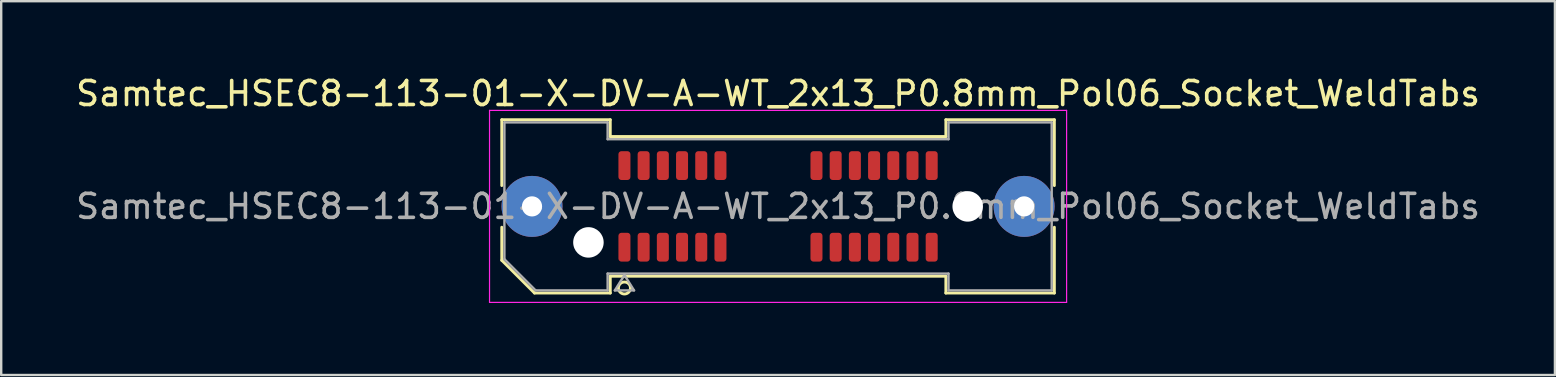
<source format=kicad_pcb>
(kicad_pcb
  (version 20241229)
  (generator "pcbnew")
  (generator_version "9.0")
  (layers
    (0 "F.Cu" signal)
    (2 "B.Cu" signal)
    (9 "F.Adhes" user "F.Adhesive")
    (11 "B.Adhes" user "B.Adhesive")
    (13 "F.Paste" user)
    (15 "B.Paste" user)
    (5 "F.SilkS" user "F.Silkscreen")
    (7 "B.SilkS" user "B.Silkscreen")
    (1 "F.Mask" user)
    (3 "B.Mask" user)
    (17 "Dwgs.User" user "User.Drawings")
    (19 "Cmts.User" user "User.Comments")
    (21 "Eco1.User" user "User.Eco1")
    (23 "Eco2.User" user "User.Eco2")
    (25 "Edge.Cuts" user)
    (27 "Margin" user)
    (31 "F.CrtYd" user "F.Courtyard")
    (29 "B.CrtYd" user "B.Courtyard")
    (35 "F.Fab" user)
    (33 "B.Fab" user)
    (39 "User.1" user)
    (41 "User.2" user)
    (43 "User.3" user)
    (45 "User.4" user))
  (footprint "Samtec_HSEC8-113-01-X-DV-A-WT_2x13_P0.8mm_Pol06_Socket_WeldTabs"
    (layer "F.Cu")
    (at 29.363 5.548)
    (property "Reference" "Samtec_HSEC8-113-01-X-DV-A-WT_2x13_P0.8mm_Pol06_Socket_WeldTabs" (at 0 -4.7 0) (layer "F.SilkS") (effects (font (size 1 1) (thickness 0.15))))
    (attr smd)
    (fp_line (start -11.51 -3.61) (end -6.99 -3.61) (stroke (width 0.12) (type solid)) (layer "F.SilkS"))
    (fp_line (start -11.51 -0.868) (end -11.51 -3.61) (stroke (width 0.12) (type solid)) (layer "F.SilkS"))
    (fp_line (start -11.51 2.246) (end -11.51 0.868) (stroke (width 0.12) (type solid)) (layer "F.SilkS"))
    (fp_line (start -10.146 3.61) (end -11.51 2.246) (stroke (width 0.12) (type solid)) (layer "F.SilkS"))
    (fp_line (start -6.99 -3.61) (end -6.99 -2.91) (stroke (width 0.12) (type solid)) (layer "F.SilkS"))
    (fp_line (start -6.99 -2.91) (end 6.99 -2.91) (stroke (width 0.12) (type solid)) (layer "F.SilkS"))
    (fp_line (start -6.99 2.91) (end -6.99 3.61) (stroke (width 0.12) (type solid)) (layer "F.SilkS"))
    (fp_line (start -6.99 3.61) (end -10.146 3.61) (stroke (width 0.12) (type solid)) (layer "F.SilkS"))
    (fp_line (start 6.99 -3.61) (end 11.51 -3.61) (stroke (width 0.12) (type solid)) (layer "F.SilkS"))
    (fp_line (start 6.99 -2.91) (end 6.99 -3.61) (stroke (width 0.12) (type solid)) (layer "F.SilkS"))
    (fp_line (start 6.99 2.91) (end -6.99 2.91) (stroke (width 0.12) (type solid)) (layer "F.SilkS"))
    (fp_line (start 6.99 3.61) (end 6.99 2.91) (stroke (width 0.12) (type solid)) (layer "F.SilkS"))
    (fp_line (start 11.51 -3.61) (end 11.51 -0.868) (stroke (width 0.12) (type solid)) (layer "F.SilkS"))
    (fp_line (start 11.51 0.868) (end 11.51 3.61) (stroke (width 0.12) (type solid)) (layer "F.SilkS"))
    (fp_line (start 11.51 3.61) (end 6.99 3.61) (stroke (width 0.12) (type solid)) (layer "F.SilkS"))
    (fp_circle (center -6.4 3.4) (end -6.15 3.4) (stroke (width 0.12) (type solid)) (fill no) (layer "F.SilkS"))
    (fp_line (start -12.02 -4) (end -12.02 4) (stroke (width 0.05) (type solid)) (layer "F.CrtYd"))
    (fp_line (start -12.02 4) (end 12.02 4) (stroke (width 0.05) (type solid)) (layer "F.CrtYd"))
    (fp_line (start 12.02 -4) (end -12.02 -4) (stroke (width 0.05) (type solid)) (layer "F.CrtYd"))
    (fp_line (start 12.02 4) (end 12.02 -4) (stroke (width 0.05) (type solid)) (layer "F.CrtYd"))
    (fp_line (start -11.4 -3.5) (end -7.1 -3.5) (stroke (width 0.1) (type solid)) (layer "F.Fab"))
    (fp_line (start -11.4 2.2) (end -11.4 -3.5) (stroke (width 0.1) (type solid)) (layer "F.Fab"))
    (fp_line (start -10.1 3.5) (end -11.4 2.2) (stroke (width 0.1) (type solid)) (layer "F.Fab"))
    (fp_line (start -7.1 -3.5) (end -7.1 -2.8) (stroke (width 0.1) (type solid)) (layer "F.Fab"))
    (fp_line (start -7.1 -2.8) (end 7.1 -2.8) (stroke (width 0.1) (type solid)) (layer "F.Fab"))
    (fp_line (start -7.1 2.8) (end -7.1 3.5) (stroke (width 0.1) (type solid)) (layer "F.Fab"))
    (fp_line (start -7.1 3.5) (end -10.1 3.5) (stroke (width 0.1) (type solid)) (layer "F.Fab"))
    (fp_line (start -6.8 3.5) (end -6.4 2.86) (stroke (width 0.1) (type solid)) (layer "F.Fab"))
    (fp_line (start -6.4 2.86) (end -6 3.5) (stroke (width 0.1) (type solid)) (layer "F.Fab"))
    (fp_line (start -6 3.5) (end -6.8 3.5) (stroke (width 0.1) (type solid)) (layer "F.Fab"))
    (fp_line (start 7.1 -3.5) (end 11.4 -3.5) (stroke (width 0.1) (type solid)) (layer "F.Fab"))
    (fp_line (start 7.1 -2.8) (end 7.1 -3.5) (stroke (width 0.1) (type solid)) (layer "F.Fab"))
    (fp_line (start 7.1 2.8) (end -7.1 2.8) (stroke (width 0.1) (type solid)) (layer "F.Fab"))
    (fp_line (start 7.1 3.5) (end 7.1 2.8) (stroke (width 0.1) (type solid)) (layer "F.Fab"))
    (fp_line (start 11.4 -3.5) (end 11.4 3.5) (stroke (width 0.1) (type solid)) (layer "F.Fab"))
    (fp_line (start 11.4 3.5) (end 7.1 3.5) (stroke (width 0.1) (type solid)) (layer "F.Fab"))
    (fp_text user "${REFERENCE}" (at 0 0 0) (layer "F.Fab") (effects (font (size 1 1) (thickness 0.15))))
    (pad "" thru_hole circle (at -10.25 0) (size 2.54 2.54) (drill 0.84) (layers "*.Cu" "*.Mask" "F.Paste"))
    (pad "" np_thru_hole circle (at -7.9 1.5) (size 1.27 1.27) (drill 1.27) (layers "*.Cu" "*.Mask"))
    (pad "" np_thru_hole circle (at 7.9 0) (size 1.27 1.27) (drill 1.27) (layers "*.Cu" "*.Mask"))
    (pad "" thru_hole circle (at 10.25 0) (size 2.54 2.54) (drill 0.84) (layers "*.Cu" "*.Mask" "F.Paste"))
    (pad "1" smd roundrect (at -6.4 1.7) (size 0.5 1.2) (layers "F.Cu" "F.Mask" "F.Paste") (roundrect_rratio 0.25))
    (pad "2" smd roundrect (at -6.4 -1.7) (size 0.5 1.2) (layers "F.Cu" "F.Mask" "F.Paste") (roundrect_rratio 0.25))
    (pad "3" smd roundrect (at -5.6 1.7) (size 0.5 1.2) (layers "F.Cu" "F.Mask" "F.Paste") (roundrect_rratio 0.25))
    (pad "4" smd roundrect (at -5.6 -1.7) (size 0.5 1.2) (layers "F.Cu" "F.Mask" "F.Paste") (roundrect_rratio 0.25))
    (pad "5" smd roundrect (at -4.8 1.7) (size 0.5 1.2) (layers "F.Cu" "F.Mask" "F.Paste") (roundrect_rratio 0.25))
    (pad "6" smd roundrect (at -4.8 -1.7) (size 0.5 1.2) (layers "F.Cu" "F.Mask" "F.Paste") (roundrect_rratio 0.25))
    (pad "7" smd roundrect (at -4 1.7) (size 0.5 1.2) (layers "F.Cu" "F.Mask" "F.Paste") (roundrect_rratio 0.25))
    (pad "8" smd roundrect (at -4 -1.7) (size 0.5 1.2) (layers "F.Cu" "F.Mask" "F.Paste") (roundrect_rratio 0.25))
    (pad "9" smd roundrect (at -3.2 1.7) (size 0.5 1.2) (layers "F.Cu" "F.Mask" "F.Paste") (roundrect_rratio 0.25))
    (pad "10" smd roundrect (at -3.2 -1.7) (size 0.5 1.2) (layers "F.Cu" "F.Mask" "F.Paste") (roundrect_rratio 0.25))
    (pad "11" smd roundrect (at -2.4 1.7) (size 0.5 1.2) (layers "F.Cu" "F.Mask" "F.Paste") (roundrect_rratio 0.25))
    (pad "12" smd roundrect (at -2.4 -1.7) (size 0.5 1.2) (layers "F.Cu" "F.Mask" "F.Paste") (roundrect_rratio 0.25))
    (pad "13" smd roundrect (at 1.6 1.7) (size 0.5 1.2) (layers "F.Cu" "F.Mask" "F.Paste") (roundrect_rratio 0.25))
    (pad "14" smd roundrect (at 1.6 -1.7) (size 0.5 1.2) (layers "F.Cu" "F.Mask" "F.Paste") (roundrect_rratio 0.25))
    (pad "15" smd roundrect (at 2.4 1.7) (size 0.5 1.2) (layers "F.Cu" "F.Mask" "F.Paste") (roundrect_rratio 0.25))
    (pad "16" smd roundrect (at 2.4 -1.7) (size 0.5 1.2) (layers "F.Cu" "F.Mask" "F.Paste") (roundrect_rratio 0.25))
    (pad "17" smd roundrect (at 3.2 1.7) (size 0.5 1.2) (layers "F.Cu" "F.Mask" "F.Paste") (roundrect_rratio 0.25))
    (pad "18" smd roundrect (at 3.2 -1.7) (size 0.5 1.2) (layers "F.Cu" "F.Mask" "F.Paste") (roundrect_rratio 0.25))
    (pad "19" smd roundrect (at 4 1.7) (size 0.5 1.2) (layers "F.Cu" "F.Mask" "F.Paste") (roundrect_rratio 0.25))
    (pad "20" smd roundrect (at 4 -1.7) (size 0.5 1.2) (layers "F.Cu" "F.Mask" "F.Paste") (roundrect_rratio 0.25))
    (pad "21" smd roundrect (at 4.8 1.7) (size 0.5 1.2) (layers "F.Cu" "F.Mask" "F.Paste") (roundrect_rratio 0.25))
    (pad "22" smd roundrect (at 4.8 -1.7) (size 0.5 1.2) (layers "F.Cu" "F.Mask" "F.Paste") (roundrect_rratio 0.25))
    (pad "23" smd roundrect (at 5.6 1.7) (size 0.5 1.2) (layers "F.Cu" "F.Mask" "F.Paste") (roundrect_rratio 0.25))
    (pad "24" smd roundrect (at 5.6 -1.7) (size 0.5 1.2) (layers "F.Cu" "F.Mask" "F.Paste") (roundrect_rratio 0.25))
    (pad "25" smd roundrect (at 6.4 1.7) (size 0.5 1.2) (layers "F.Cu" "F.Mask" "F.Paste") (roundrect_rratio 0.25))
    (pad "26" smd roundrect (at 6.4 -1.7) (size 0.5 1.2) (layers "F.Cu" "F.Mask" "F.Paste") (roundrect_rratio 0.25)))
  (gr_rect
    (start -3 -3)
    (end 61.726 12.573)
    (stroke (width 0.1) (type default))
    (fill no)
    (layer "Edge.Cuts")))
</source>
